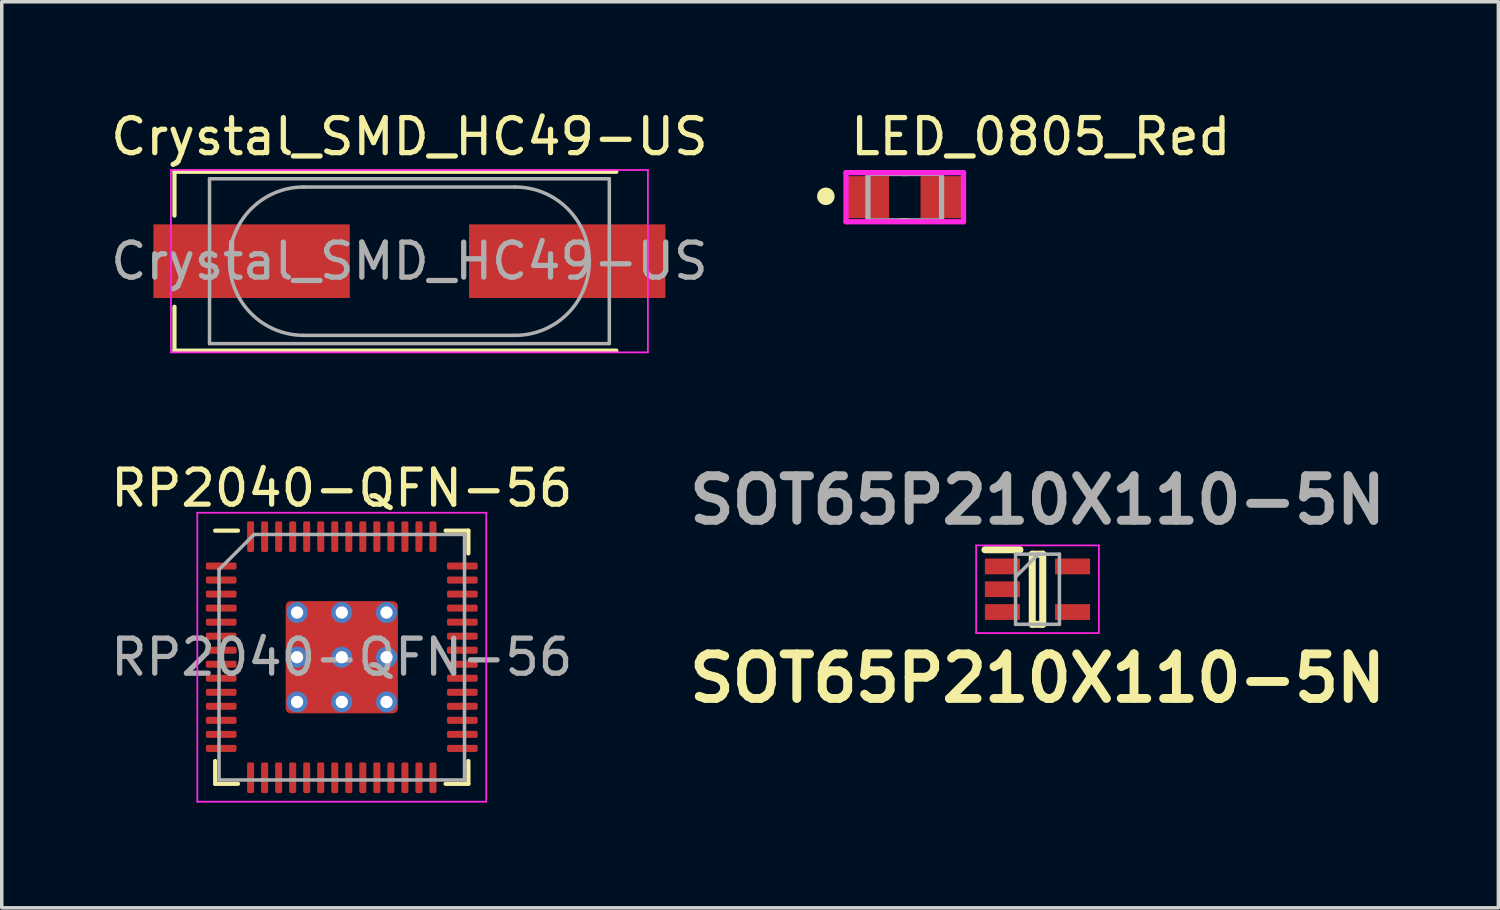
<source format=kicad_pcb>
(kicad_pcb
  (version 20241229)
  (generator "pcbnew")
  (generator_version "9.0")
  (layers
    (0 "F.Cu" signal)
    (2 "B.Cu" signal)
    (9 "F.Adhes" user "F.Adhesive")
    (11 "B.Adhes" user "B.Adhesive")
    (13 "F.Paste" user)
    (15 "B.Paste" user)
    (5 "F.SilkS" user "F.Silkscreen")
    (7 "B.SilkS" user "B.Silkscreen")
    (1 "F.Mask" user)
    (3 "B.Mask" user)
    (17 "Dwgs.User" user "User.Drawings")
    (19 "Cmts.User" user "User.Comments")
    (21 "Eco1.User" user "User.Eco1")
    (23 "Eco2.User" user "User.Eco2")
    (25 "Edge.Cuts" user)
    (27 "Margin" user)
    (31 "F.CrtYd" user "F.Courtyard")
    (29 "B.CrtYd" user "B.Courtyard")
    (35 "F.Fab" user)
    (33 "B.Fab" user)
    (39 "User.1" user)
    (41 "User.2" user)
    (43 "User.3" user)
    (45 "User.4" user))
  (footprint "RP2040-QFN-56"
    (layer "F.Cu")
    (at 6.696 15.691)
    (property "Reference" "RP2040-QFN-56" (at 0 -4.82 0) (layer "F.SilkS") (effects (font (size 1 1) (thickness 0.15))))
    (attr smd)
    (fp_line (start -3.61 3.61) (end -3.61 2.96) (stroke (width 0.12) (type solid)) (layer "F.SilkS"))
    (fp_line (start -2.96 -3.61) (end -3.61 -3.61) (stroke (width 0.12) (type solid)) (layer "F.SilkS"))
    (fp_line (start -2.96 3.61) (end -3.61 3.61) (stroke (width 0.12) (type solid)) (layer "F.SilkS"))
    (fp_line (start 2.96 -3.61) (end 3.61 -3.61) (stroke (width 0.12) (type solid)) (layer "F.SilkS"))
    (fp_line (start 2.96 3.61) (end 3.61 3.61) (stroke (width 0.12) (type solid)) (layer "F.SilkS"))
    (fp_line (start 3.61 -3.61) (end 3.61 -2.96) (stroke (width 0.12) (type solid)) (layer "F.SilkS"))
    (fp_line (start 3.61 3.61) (end 3.61 2.96) (stroke (width 0.12) (type solid)) (layer "F.SilkS"))
    (fp_line (start -4.12 -4.12) (end -4.12 4.12) (stroke (width 0.05) (type solid)) (layer "F.CrtYd"))
    (fp_line (start -4.12 4.12) (end 4.12 4.12) (stroke (width 0.05) (type solid)) (layer "F.CrtYd"))
    (fp_line (start 4.12 -4.12) (end -4.12 -4.12) (stroke (width 0.05) (type solid)) (layer "F.CrtYd"))
    (fp_line (start 4.12 4.12) (end 4.12 -4.12) (stroke (width 0.05) (type solid)) (layer "F.CrtYd"))
    (fp_line (start -3.5 -2.5) (end -2.5 -3.5) (stroke (width 0.1) (type solid)) (layer "F.Fab"))
    (fp_line (start -3.5 3.5) (end -3.5 -2.5) (stroke (width 0.1) (type solid)) (layer "F.Fab"))
    (fp_line (start -2.5 -3.5) (end 3.5 -3.5) (stroke (width 0.1) (type solid)) (layer "F.Fab"))
    (fp_line (start 3.5 -3.5) (end 3.5 3.5) (stroke (width 0.1) (type solid)) (layer "F.Fab"))
    (fp_line (start 3.5 3.5) (end -3.5 3.5) (stroke (width 0.1) (type solid)) (layer "F.Fab"))
    (fp_text user "${REFERENCE}" (at 0 0 0) (layer "F.Fab") (effects (font (size 1 1) (thickness 0.15))))
    (pad "" smd roundrect (at -0.637 -0.637) (size 1.084 1.084) (layers "F.Paste") (roundrect_rratio 0.231))
    (pad "" smd roundrect (at -0.637 0.637) (size 1.084 1.084) (layers "F.Paste") (roundrect_rratio 0.231))
    (pad "" smd roundrect (at 0.637 -0.637) (size 1.084 1.084) (layers "F.Paste") (roundrect_rratio 0.231))
    (pad "" smd roundrect (at 0.637 0.637) (size 1.084 1.084) (layers "F.Paste") (roundrect_rratio 0.231))
    (pad "1" smd roundrect (at -3.438 -2.6) (size 0.875 0.2) (layers "F.Cu" "F.Mask" "F.Paste") (roundrect_rratio 0.25))
    (pad "2" smd roundrect (at -3.438 -2.2) (size 0.875 0.2) (layers "F.Cu" "F.Mask" "F.Paste") (roundrect_rratio 0.25))
    (pad "3" smd roundrect (at -3.438 -1.8) (size 0.875 0.2) (layers "F.Cu" "F.Mask" "F.Paste") (roundrect_rratio 0.25))
    (pad "4" smd roundrect (at -3.438 -1.4) (size 0.875 0.2) (layers "F.Cu" "F.Mask" "F.Paste") (roundrect_rratio 0.25))
    (pad "5" smd roundrect (at -3.438 -1) (size 0.875 0.2) (layers "F.Cu" "F.Mask" "F.Paste") (roundrect_rratio 0.25))
    (pad "6" smd roundrect (at -3.438 -0.6) (size 0.875 0.2) (layers "F.Cu" "F.Mask" "F.Paste") (roundrect_rratio 0.25))
    (pad "7" smd roundrect (at -3.438 -0.2) (size 0.875 0.2) (layers "F.Cu" "F.Mask" "F.Paste") (roundrect_rratio 0.25))
    (pad "8" smd roundrect (at -3.438 0.2) (size 0.875 0.2) (layers "F.Cu" "F.Mask" "F.Paste") (roundrect_rratio 0.25))
    (pad "9" smd roundrect (at -3.438 0.6) (size 0.875 0.2) (layers "F.Cu" "F.Mask" "F.Paste") (roundrect_rratio 0.25))
    (pad "10" smd roundrect (at -3.438 1) (size 0.875 0.2) (layers "F.Cu" "F.Mask" "F.Paste") (roundrect_rratio 0.25))
    (pad "11" smd roundrect (at -3.438 1.4) (size 0.875 0.2) (layers "F.Cu" "F.Mask" "F.Paste") (roundrect_rratio 0.25))
    (pad "12" smd roundrect (at -3.438 1.8) (size 0.875 0.2) (layers "F.Cu" "F.Mask" "F.Paste") (roundrect_rratio 0.25))
    (pad "13" smd roundrect (at -3.438 2.2) (size 0.875 0.2) (layers "F.Cu" "F.Mask" "F.Paste") (roundrect_rratio 0.25))
    (pad "14" smd roundrect (at -3.438 2.6) (size 0.875 0.2) (layers "F.Cu" "F.Mask" "F.Paste") (roundrect_rratio 0.25))
    (pad "15" smd roundrect (at -2.6 3.438) (size 0.2 0.875) (layers "F.Cu" "F.Mask" "F.Paste") (roundrect_rratio 0.25))
    (pad "16" smd roundrect (at -2.2 3.438) (size 0.2 0.875) (layers "F.Cu" "F.Mask" "F.Paste") (roundrect_rratio 0.25))
    (pad "17" smd roundrect (at -1.8 3.438) (size 0.2 0.875) (layers "F.Cu" "F.Mask" "F.Paste") (roundrect_rratio 0.25))
    (pad "18" smd roundrect (at -1.4 3.438) (size 0.2 0.875) (layers "F.Cu" "F.Mask" "F.Paste") (roundrect_rratio 0.25))
    (pad "19" smd roundrect (at -1 3.438) (size 0.2 0.875) (layers "F.Cu" "F.Mask" "F.Paste") (roundrect_rratio 0.25))
    (pad "20" smd roundrect (at -0.6 3.438) (size 0.2 0.875) (layers "F.Cu" "F.Mask" "F.Paste") (roundrect_rratio 0.25))
    (pad "21" smd roundrect (at -0.2 3.438) (size 0.2 0.875) (layers "F.Cu" "F.Mask" "F.Paste") (roundrect_rratio 0.25))
    (pad "22" smd roundrect (at 0.2 3.438) (size 0.2 0.875) (layers "F.Cu" "F.Mask" "F.Paste") (roundrect_rratio 0.25))
    (pad "23" smd roundrect (at 0.6 3.438) (size 0.2 0.875) (layers "F.Cu" "F.Mask" "F.Paste") (roundrect_rratio 0.25))
    (pad "24" smd roundrect (at 1 3.438) (size 0.2 0.875) (layers "F.Cu" "F.Mask" "F.Paste") (roundrect_rratio 0.25))
    (pad "25" smd roundrect (at 1.4 3.438) (size 0.2 0.875) (layers "F.Cu" "F.Mask" "F.Paste") (roundrect_rratio 0.25))
    (pad "26" smd roundrect (at 1.8 3.438) (size 0.2 0.875) (layers "F.Cu" "F.Mask" "F.Paste") (roundrect_rratio 0.25))
    (pad "27" smd roundrect (at 2.2 3.438) (size 0.2 0.875) (layers "F.Cu" "F.Mask" "F.Paste") (roundrect_rratio 0.25))
    (pad "28" smd roundrect (at 2.6 3.438) (size 0.2 0.875) (layers "F.Cu" "F.Mask" "F.Paste") (roundrect_rratio 0.25))
    (pad "29" smd roundrect (at 3.438 2.6) (size 0.875 0.2) (layers "F.Cu" "F.Mask" "F.Paste") (roundrect_rratio 0.25))
    (pad "30" smd roundrect (at 3.438 2.2) (size 0.875 0.2) (layers "F.Cu" "F.Mask" "F.Paste") (roundrect_rratio 0.25))
    (pad "31" smd roundrect (at 3.438 1.8) (size 0.875 0.2) (layers "F.Cu" "F.Mask" "F.Paste") (roundrect_rratio 0.25))
    (pad "32" smd roundrect (at 3.438 1.4) (size 0.875 0.2) (layers "F.Cu" "F.Mask" "F.Paste") (roundrect_rratio 0.25))
    (pad "33" smd roundrect (at 3.438 1) (size 0.875 0.2) (layers "F.Cu" "F.Mask" "F.Paste") (roundrect_rratio 0.25))
    (pad "34" smd roundrect (at 3.438 0.6) (size 0.875 0.2) (layers "F.Cu" "F.Mask" "F.Paste") (roundrect_rratio 0.25))
    (pad "35" smd roundrect (at 3.438 0.2) (size 0.875 0.2) (layers "F.Cu" "F.Mask" "F.Paste") (roundrect_rratio 0.25))
    (pad "36" smd roundrect (at 3.438 -0.2) (size 0.875 0.2) (layers "F.Cu" "F.Mask" "F.Paste") (roundrect_rratio 0.25))
    (pad "37" smd roundrect (at 3.438 -0.6) (size 0.875 0.2) (layers "F.Cu" "F.Mask" "F.Paste") (roundrect_rratio 0.25))
    (pad "38" smd roundrect (at 3.438 -1) (size 0.875 0.2) (layers "F.Cu" "F.Mask" "F.Paste") (roundrect_rratio 0.25))
    (pad "39" smd roundrect (at 3.438 -1.4) (size 0.875 0.2) (layers "F.Cu" "F.Mask" "F.Paste") (roundrect_rratio 0.25))
    (pad "40" smd roundrect (at 3.438 -1.8) (size 0.875 0.2) (layers "F.Cu" "F.Mask" "F.Paste") (roundrect_rratio 0.25))
    (pad "41" smd roundrect (at 3.438 -2.2) (size 0.875 0.2) (layers "F.Cu" "F.Mask" "F.Paste") (roundrect_rratio 0.25))
    (pad "42" smd roundrect (at 3.438 -2.6) (size 0.875 0.2) (layers "F.Cu" "F.Mask" "F.Paste") (roundrect_rratio 0.25))
    (pad "43" smd roundrect (at 2.6 -3.438) (size 0.2 0.875) (layers "F.Cu" "F.Mask" "F.Paste") (roundrect_rratio 0.25))
    (pad "44" smd roundrect (at 2.2 -3.438) (size 0.2 0.875) (layers "F.Cu" "F.Mask" "F.Paste") (roundrect_rratio 0.25))
    (pad "45" smd roundrect (at 1.8 -3.438) (size 0.2 0.875) (layers "F.Cu" "F.Mask" "F.Paste") (roundrect_rratio 0.25))
    (pad "46" smd roundrect (at 1.4 -3.438) (size 0.2 0.875) (layers "F.Cu" "F.Mask" "F.Paste") (roundrect_rratio 0.25))
    (pad "47" smd roundrect (at 1 -3.438) (size 0.2 0.875) (layers "F.Cu" "F.Mask" "F.Paste") (roundrect_rratio 0.25))
    (pad "48" smd roundrect (at 0.6 -3.438) (size 0.2 0.875) (layers "F.Cu" "F.Mask" "F.Paste") (roundrect_rratio 0.25))
    (pad "49" smd roundrect (at 0.2 -3.438) (size 0.2 0.875) (layers "F.Cu" "F.Mask" "F.Paste") (roundrect_rratio 0.25))
    (pad "50" smd roundrect (at -0.2 -3.438) (size 0.2 0.875) (layers "F.Cu" "F.Mask" "F.Paste") (roundrect_rratio 0.25))
    (pad "51" smd roundrect (at -0.6 -3.438) (size 0.2 0.875) (layers "F.Cu" "F.Mask" "F.Paste") (roundrect_rratio 0.25))
    (pad "52" smd roundrect (at -1 -3.438) (size 0.2 0.875) (layers "F.Cu" "F.Mask" "F.Paste") (roundrect_rratio 0.25))
    (pad "53" smd roundrect (at -1.4 -3.438) (size 0.2 0.875) (layers "F.Cu" "F.Mask" "F.Paste") (roundrect_rratio 0.25))
    (pad "54" smd roundrect (at -1.8 -3.438) (size 0.2 0.875) (layers "F.Cu" "F.Mask" "F.Paste") (roundrect_rratio 0.25))
    (pad "55" smd roundrect (at -2.2 -3.438) (size 0.2 0.875) (layers "F.Cu" "F.Mask" "F.Paste") (roundrect_rratio 0.25))
    (pad "56" smd roundrect (at -2.6 -3.438) (size 0.2 0.875) (layers "F.Cu" "F.Mask" "F.Paste") (roundrect_rratio 0.25))
    (pad "57" thru_hole circle (at -1.275 -1.275) (size 0.6 0.6) (drill 0.35) (layers "*.Cu"))
    (pad "57" thru_hole circle (at -1.275 0) (size 0.6 0.6) (drill 0.35) (layers "*.Cu"))
    (pad "57" thru_hole circle (at -1.275 1.275) (size 0.6 0.6) (drill 0.35) (layers "*.Cu"))
    (pad "57" thru_hole circle (at 0 -1.275) (size 0.6 0.6) (drill 0.35) (layers "*.Cu"))
    (pad "57" thru_hole circle (at 0 0) (size 0.6 0.6) (drill 0.35) (layers "*.Cu"))
    (pad "57" smd roundrect (at 0 0) (size 3.2 3.2) (layers "F.Cu" "F.Mask") (roundrect_rratio 0.045))
    (pad "57" thru_hole circle (at 0 1.275) (size 0.6 0.6) (drill 0.35) (layers "*.Cu"))
    (pad "57" thru_hole circle (at 1.275 -1.275) (size 0.6 0.6) (drill 0.35) (layers "*.Cu"))
    (pad "57" thru_hole circle (at 1.275 0) (size 0.6 0.6) (drill 0.35) (layers "*.Cu"))
    (pad "57" thru_hole circle (at 1.275 1.275) (size 0.6 0.6) (drill 0.35) (layers "*.Cu")))
  (footprint "SOT65P210X110-5N"
    (layer "F.Cu")
    (at 26.535 13.752)
    (property "Reference" "SOT65P210X110-5N" (at 0 2.54 0) (layer "F.SilkS") (effects (font (size 1.27 1.27) (thickness 0.254))))
    (attr smd)
    (fp_line (start -1.5 -1.125) (end -0.5 -1.125) (stroke (width 0.2) (type solid)) (layer "F.SilkS"))
    (fp_line (start -0.15 -1) (end 0.15 -1) (stroke (width 0.2) (type solid)) (layer "F.SilkS"))
    (fp_line (start -0.15 1) (end -0.15 -1) (stroke (width 0.2) (type solid)) (layer "F.SilkS"))
    (fp_line (start 0.15 -1) (end 0.15 1) (stroke (width 0.2) (type solid)) (layer "F.SilkS"))
    (fp_line (start 0.15 1) (end -0.15 1) (stroke (width 0.2) (type solid)) (layer "F.SilkS"))
    (fp_line (start -1.75 -1.25) (end 1.75 -1.25) (stroke (width 0.05) (type solid)) (layer "F.CrtYd"))
    (fp_line (start -1.75 1.25) (end -1.75 -1.25) (stroke (width 0.05) (type solid)) (layer "F.CrtYd"))
    (fp_line (start 1.75 -1.25) (end 1.75 1.25) (stroke (width 0.05) (type solid)) (layer "F.CrtYd"))
    (fp_line (start 1.75 1.25) (end -1.75 1.25) (stroke (width 0.05) (type solid)) (layer "F.CrtYd"))
    (fp_line (start -0.625 -1) (end 0.625 -1) (stroke (width 0.1) (type solid)) (layer "F.Fab"))
    (fp_line (start -0.625 -0.35) (end 0.025 -1) (stroke (width 0.1) (type solid)) (layer "F.Fab"))
    (fp_line (start -0.625 1) (end -0.625 -1) (stroke (width 0.1) (type solid)) (layer "F.Fab"))
    (fp_line (start 0.625 -1) (end 0.625 1) (stroke (width 0.1) (type solid)) (layer "F.Fab"))
    (fp_line (start 0.625 1) (end -0.625 1) (stroke (width 0.1) (type solid)) (layer "F.Fab"))
    (fp_text user "${REFERENCE}" (at 0 -2.54 0) (layer "F.Fab") (effects (font (size 1.27 1.27) (thickness 0.254))))
    (pad "1" smd rect (at -1 -0.65 90) (size 0.45 1) (layers "F.Cu" "F.Mask" "F.Paste"))
    (pad "2" smd rect (at -1 0 90) (size 0.45 1) (layers "F.Cu" "F.Mask" "F.Paste"))
    (pad "3" smd rect (at -1 0.65 90) (size 0.45 1) (layers "F.Cu" "F.Mask" "F.Paste"))
    (pad "4" smd rect (at 1 0.65 90) (size 0.45 1) (layers "F.Cu" "F.Mask" "F.Paste"))
    (pad "5" smd rect (at 1 -0.65 90) (size 0.45 1) (layers "F.Cu" "F.Mask" "F.Paste")))
  (footprint "Crystal_SMD_HC49-US"
    (layer "F.Cu")
    (at 8.625 4.398)
    (property "Reference" "Crystal_SMD_HC49-US" (at 0 -3.55 0) (layer "F.SilkS") (effects (font (size 1 1) (thickness 0.15))))
    (attr smd)
    (fp_line (start -6.7 -2.55) (end -6.7 -1.3) (stroke (width 0.12) (type solid)) (layer "F.SilkS"))
    (fp_line (start -6.7 1.3) (end -6.7 2.55) (stroke (width 0.12) (type solid)) (layer "F.SilkS"))
    (fp_line (start -6.7 2.55) (end 5.9 2.55) (stroke (width 0.12) (type solid)) (layer "F.SilkS"))
    (fp_line (start 5.9 -2.55) (end -6.7 -2.55) (stroke (width 0.12) (type solid)) (layer "F.SilkS"))
    (fp_line (start -6.8 -2.6) (end -6.8 2.6) (stroke (width 0.05) (type solid)) (layer "F.CrtYd"))
    (fp_line (start -6.8 2.6) (end 6.8 2.6) (stroke (width 0.05) (type solid)) (layer "F.CrtYd"))
    (fp_line (start 6.8 -2.6) (end -6.8 -2.6) (stroke (width 0.05) (type solid)) (layer "F.CrtYd"))
    (fp_line (start 6.8 2.6) (end 6.8 -2.6) (stroke (width 0.05) (type solid)) (layer "F.CrtYd"))
    (fp_line (start -5.7 -2.35) (end -5.7 2.35) (stroke (width 0.1) (type solid)) (layer "F.Fab"))
    (fp_line (start -5.7 2.35) (end 5.7 2.35) (stroke (width 0.1) (type solid)) (layer "F.Fab"))
    (fp_line (start -3.015 -2.115) (end 3.015 -2.115) (stroke (width 0.1) (type solid)) (layer "F.Fab"))
    (fp_line (start -3.015 2.115) (end 3.015 2.115) (stroke (width 0.1) (type solid)) (layer "F.Fab"))
    (fp_line (start 5.7 -2.35) (end -5.7 -2.35) (stroke (width 0.1) (type solid)) (layer "F.Fab"))
    (fp_line (start 5.7 2.35) (end 5.7 -2.35) (stroke (width 0.1) (type solid)) (layer "F.Fab"))
    (fp_arc (start -3.015 2.115) (mid -5.13 0) (end -3.015 -2.115) (stroke (width 0.1) (type solid)) (layer "F.Fab"))
    (fp_arc (start 3.015 -2.115) (mid 5.13 0) (end 3.015 2.115) (stroke (width 0.1) (type solid)) (layer "F.Fab"))
    (fp_text user "${REFERENCE}" (at 0 0 0) (layer "F.Fab") (effects (font (size 1 1) (thickness 0.15))))
    (pad "1" smd rect (at -4.5 0) (size 5.6 2.1) (layers "F.Cu" "F.Mask" "F.Paste"))
    (pad "2" smd rect (at 4.5 0) (size 5.6 2.1) (layers "F.Cu" "F.Mask" "F.Paste")))
  (footprint "LED_0805_Red"
    (layer "F.Cu")
    (at 22.75 2.573)
    (property "Reference" "LED_0805_Red" (at -1.625 -1.725 0) (layer "F.SilkS") (effects (font (size 1 1) (thickness 0.15)) (justify left)))
    (attr through_hole)
    (fp_line (start -0.075 -0.675) (end 0.075 -0.675) (stroke (width 0.15) (type solid)) (layer "F.SilkS"))
    (fp_line (start -0.075 0.675) (end 0.075 0.675) (stroke (width 0.15) (type solid)) (layer "F.SilkS"))
    (fp_circle (center -2.25 -0.025) (end -2.125 -0.025) (stroke (width 0.25) (type solid)) (fill no) (layer "F.SilkS"))
    (fp_line (start -1.675 -0.7) (end -1.675 0.7) (stroke (width 0.15) (type solid)) (layer "F.CrtYd"))
    (fp_line (start -1.675 0.7) (end 1.675 0.7) (stroke (width 0.15) (type solid)) (layer "F.CrtYd"))
    (fp_line (start 1.675 -0.7) (end -1.675 -0.7) (stroke (width 0.15) (type solid)) (layer "F.CrtYd"))
    (fp_line (start 1.675 -0.7) (end 1.675 -0.7) (stroke (width 0.15) (type solid)) (layer "F.CrtYd"))
    (fp_line (start 1.675 0.7) (end 1.675 -0.7) (stroke (width 0.15) (type solid)) (layer "F.CrtYd"))
    (fp_line (start -1.05 -0.675) (end 1.05 -0.675) (stroke (width 0.15) (type solid)) (layer "F.Fab"))
    (fp_line (start -1.05 0.675) (end -1.05 -0.675) (stroke (width 0.15) (type solid)) (layer "F.Fab"))
    (fp_line (start 1.05 -0.675) (end 1.05 0.675) (stroke (width 0.15) (type solid)) (layer "F.Fab"))
    (fp_line (start 1.05 0.675) (end -1.05 0.675) (stroke (width 0.15) (type solid)) (layer "F.Fab"))
    (pad "1" smd rect (at -1.05 0) (size 1.2 1.2) (layers "F.Cu" "F.Mask" "F.Paste"))
    (pad "2" smd rect (at 1.05 0) (size 1.2 1.2) (layers "F.Cu" "F.Mask" "F.Paste")))
  (gr_rect
    (start -3 -3)
    (end 39.677 22.837)
    (stroke (width 0.1) (type default))
    (fill no)
    (layer "Edge.Cuts")))
</source>
